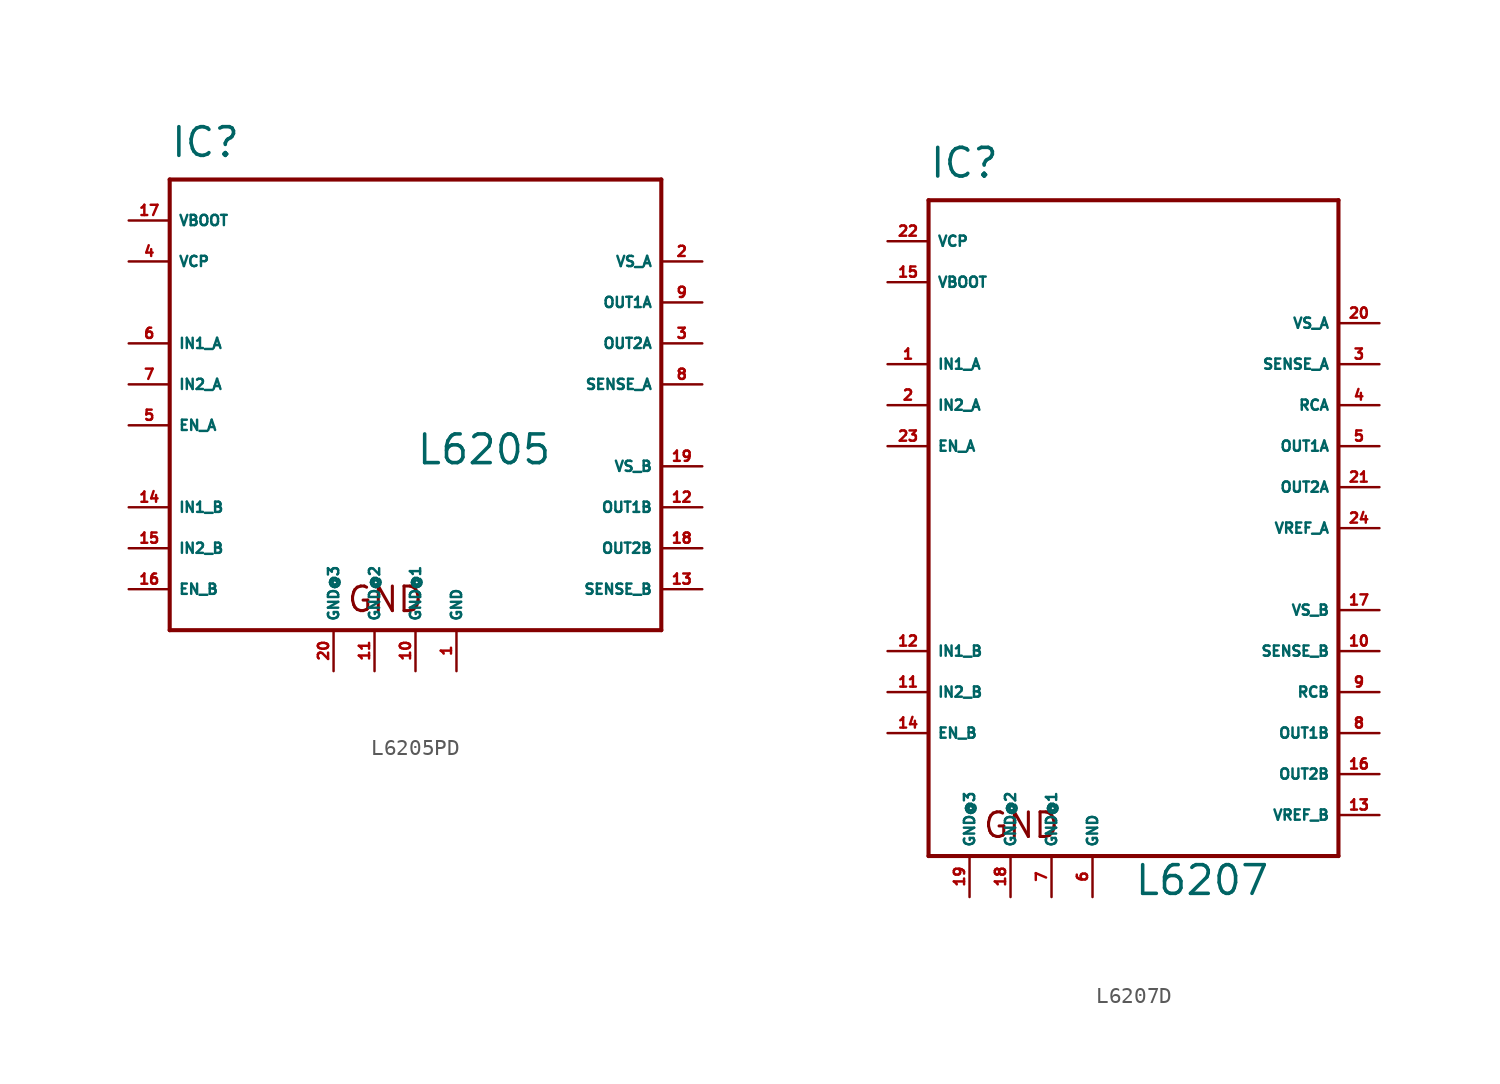
<source format=kicad_sym>
(kicad_symbol_lib
  (version 20220914)
  (generator Eagle2Kicad)
  (symbol "L6205PD"
    (property "Reference" "IC"
      (at -15.24 13.97 0)
      (effects (font (size 1.778 1.778) (thickness 0.22)) (justify left bottom)))
    (property "Value" "L6205"
      (at 0 -5.08 0)
      (effects (font (size 1.778 1.778) (thickness 0.22)) (justify left bottom)))
    (polyline
      (pts (xy -15.24 12.7) (xy 15.24 12.7))
      (stroke (width 0.254) (type default))
      (fill (type none)))
    (polyline
      (pts (xy 15.24 12.7) (xy 15.24 -15.24))
      (stroke (width 0.254) (type default))
      (fill (type none)))
    (polyline
      (pts (xy 15.24 -15.24) (xy -15.24 -15.24))
      (stroke (width 0.254) (type default))
      (fill (type none)))
    (polyline
      (pts (xy -15.24 -15.24) (xy -15.24 12.7))
      (stroke (width 0.254) (type default))
      (fill (type none)))
    (text "GND"
      (at -4.318 -14.224 0)
      (effects (font (size 1.524 1.524) (thickness 0.19)) (justify left bottom)))
    (pin output line
      (at 17.78 2.54 180)
      (length 2.54)
      (name "OUT2A" (effects (font (size 0.635 0.635) (thickness 0.08)) (justify left bottom)))
      (number "3" (effects (font (size 0.635 0.635) (thickness 0.08)) (justify left bottom))))
    (pin unspecified line
      (at -17.78 7.62 0)
      (length 2.54)
      (name "VCP" (effects (font (size 0.635 0.635) (thickness 0.08)) (justify left bottom)))
      (number "4" (effects (font (size 0.635 0.635) (thickness 0.08)) (justify left bottom))))
    (pin unspecified line
      (at 17.78 7.62 180)
      (length 2.54)
      (name "VS_A" (effects (font (size 0.635 0.635) (thickness 0.08)) (justify left bottom)))
      (number "2" (effects (font (size 0.635 0.635) (thickness 0.08)) (justify left bottom))))
    (pin unspecified line
      (at 2.54 -17.78 90)
      (length 2.54)
      (name "GND" (effects (font (size 0.635 0.635) (thickness 0.08)) (justify left bottom)))
      (number "1" (effects (font (size 0.635 0.635) (thickness 0.08)) (justify left bottom))))
    (pin input line
      (at -17.78 0 0)
      (length 2.54)
      (name "IN2_A" (effects (font (size 0.635 0.635) (thickness 0.08)) (justify left bottom)))
      (number "7" (effects (font (size 0.635 0.635) (thickness 0.08)) (justify left bottom))))
    (pin input line
      (at -17.78 -2.54 0)
      (length 2.54)
      (name "EN_A" (effects (font (size 0.635 0.635) (thickness 0.08)) (justify left bottom)))
      (number "5" (effects (font (size 0.635 0.635) (thickness 0.08)) (justify left bottom))))
    (pin input line
      (at -17.78 2.54 0)
      (length 2.54)
      (name "IN1_A" (effects (font (size 0.635 0.635) (thickness 0.08)) (justify left bottom)))
      (number "6" (effects (font (size 0.635 0.635) (thickness 0.08)) (justify left bottom))))
    (pin output line
      (at 17.78 5.08 180)
      (length 2.54)
      (name "OUT1A" (effects (font (size 0.635 0.635) (thickness 0.08)) (justify left bottom)))
      (number "9" (effects (font (size 0.635 0.635) (thickness 0.08)) (justify left bottom))))
    (pin input line
      (at 17.78 -12.7 180)
      (length 2.54)
      (name "SENSE_B" (effects (font (size 0.635 0.635) (thickness 0.08)) (justify left bottom)))
      (number "13" (effects (font (size 0.635 0.635) (thickness 0.08)) (justify left bottom))))
    (pin unspecified line
      (at 0 -17.78 90)
      (length 2.54)
      (name "GND@1" (effects (font (size 0.635 0.635) (thickness 0.08)) (justify left bottom)))
      (number "10" (effects (font (size 0.635 0.635) (thickness 0.08)) (justify left bottom))))
    (pin unspecified line
      (at -2.54 -17.78 90)
      (length 2.54)
      (name "GND@2" (effects (font (size 0.635 0.635) (thickness 0.08)) (justify left bottom)))
      (number "11" (effects (font (size 0.635 0.635) (thickness 0.08)) (justify left bottom))))
    (pin unspecified line
      (at -5.08 -17.78 90)
      (length 2.54)
      (name "GND@3" (effects (font (size 0.635 0.635) (thickness 0.08)) (justify left bottom)))
      (number "20" (effects (font (size 0.635 0.635) (thickness 0.08)) (justify left bottom))))
    (pin input line
      (at -17.78 -7.62 0)
      (length 2.54)
      (name "IN1_B" (effects (font (size 0.635 0.635) (thickness 0.08)) (justify left bottom)))
      (number "14" (effects (font (size 0.635 0.635) (thickness 0.08)) (justify left bottom))))
    (pin input line
      (at -17.78 -10.16 0)
      (length 2.54)
      (name "IN2_B" (effects (font (size 0.635 0.635) (thickness 0.08)) (justify left bottom)))
      (number "15" (effects (font (size 0.635 0.635) (thickness 0.08)) (justify left bottom))))
    (pin input line
      (at -17.78 -12.7 0)
      (length 2.54)
      (name "EN_B" (effects (font (size 0.635 0.635) (thickness 0.08)) (justify left bottom)))
      (number "16" (effects (font (size 0.635 0.635) (thickness 0.08)) (justify left bottom))))
    (pin output line
      (at 17.78 -7.62 180)
      (length 2.54)
      (name "OUT1B" (effects (font (size 0.635 0.635) (thickness 0.08)) (justify left bottom)))
      (number "12" (effects (font (size 0.635 0.635) (thickness 0.08)) (justify left bottom))))
    (pin output line
      (at 17.78 -10.16 180)
      (length 2.54)
      (name "OUT2B" (effects (font (size 0.635 0.635) (thickness 0.08)) (justify left bottom)))
      (number "18" (effects (font (size 0.635 0.635) (thickness 0.08)) (justify left bottom))))
    (pin unspecified line
      (at 17.78 -5.08 180)
      (length 2.54)
      (name "VS_B" (effects (font (size 0.635 0.635) (thickness 0.08)) (justify left bottom)))
      (number "19" (effects (font (size 0.635 0.635) (thickness 0.08)) (justify left bottom))))
    (pin input line
      (at 17.78 0 180)
      (length 2.54)
      (name "SENSE_A" (effects (font (size 0.635 0.635) (thickness 0.08)) (justify left bottom)))
      (number "8" (effects (font (size 0.635 0.635) (thickness 0.08)) (justify left bottom))))
    (pin unspecified line
      (at -17.78 10.16 0)
      (length 2.54)
      (name "VBOOT" (effects (font (size 0.635 0.635) (thickness 0.08)) (justify left bottom)))
      (number "17" (effects (font (size 0.635 0.635) (thickness 0.08)) (justify left bottom)))))
  (symbol "L6207D"
    (property "Reference" "IC"
      (at -12.7 21.59 0)
      (effects (font (size 1.778 1.778) (thickness 0.22)) (justify left bottom)))
    (property "Value" "L6207"
      (at 0 -22.86 0)
      (effects (font (size 1.778 1.778) (thickness 0.22)) (justify left bottom)))
    (polyline
      (pts (xy -12.7 20.32) (xy 12.7 20.32))
      (stroke (width 0.254) (type default))
      (fill (type none)))
    (polyline
      (pts (xy 12.7 20.32) (xy 12.7 -20.32))
      (stroke (width 0.254) (type default))
      (fill (type none)))
    (polyline
      (pts (xy 12.7 -20.32) (xy -12.7 -20.32))
      (stroke (width 0.254) (type default))
      (fill (type none)))
    (polyline
      (pts (xy -12.7 -20.32) (xy -12.7 20.32))
      (stroke (width 0.254) (type default))
      (fill (type none)))
    (text "GND"
      (at -9.398 -19.304 0)
      (effects (font (size 1.524 1.524) (thickness 0.19)) (justify left bottom)))
    (pin output line
      (at 15.24 2.54 180)
      (length 2.54)
      (name "OUT2A" (effects (font (size 0.635 0.635) (thickness 0.08)) (justify left bottom)))
      (number "21" (effects (font (size 0.635 0.635) (thickness 0.08)) (justify left bottom))))
    (pin unspecified line
      (at -15.24 17.78 0)
      (length 2.54)
      (name "VCP" (effects (font (size 0.635 0.635) (thickness 0.08)) (justify left bottom)))
      (number "22" (effects (font (size 0.635 0.635) (thickness 0.08)) (justify left bottom))))
    (pin unspecified line
      (at 15.24 12.7 180)
      (length 2.54)
      (name "VS_A" (effects (font (size 0.635 0.635) (thickness 0.08)) (justify left bottom)))
      (number "20" (effects (font (size 0.635 0.635) (thickness 0.08)) (justify left bottom))))
    (pin unspecified line
      (at -2.54 -22.86 90)
      (length 2.54)
      (name "GND" (effects (font (size 0.635 0.635) (thickness 0.08)) (justify left bottom)))
      (number "6" (effects (font (size 0.635 0.635) (thickness 0.08)) (justify left bottom))))
    (pin input line
      (at -15.24 7.62 0)
      (length 2.54)
      (name "IN2_A" (effects (font (size 0.635 0.635) (thickness 0.08)) (justify left bottom)))
      (number "2" (effects (font (size 0.635 0.635) (thickness 0.08)) (justify left bottom))))
    (pin input line
      (at -15.24 5.08 0)
      (length 2.54)
      (name "EN_A" (effects (font (size 0.635 0.635) (thickness 0.08)) (justify left bottom)))
      (number "23" (effects (font (size 0.635 0.635) (thickness 0.08)) (justify left bottom))))
    (pin input line
      (at -15.24 10.16 0)
      (length 2.54)
      (name "IN1_A" (effects (font (size 0.635 0.635) (thickness 0.08)) (justify left bottom)))
      (number "1" (effects (font (size 0.635 0.635) (thickness 0.08)) (justify left bottom))))
    (pin output line
      (at 15.24 5.08 180)
      (length 2.54)
      (name "OUT1A" (effects (font (size 0.635 0.635) (thickness 0.08)) (justify left bottom)))
      (number "5" (effects (font (size 0.635 0.635) (thickness 0.08)) (justify left bottom))))
    (pin input line
      (at 15.24 -7.62 180)
      (length 2.54)
      (name "SENSE_B" (effects (font (size 0.635 0.635) (thickness 0.08)) (justify left bottom)))
      (number "10" (effects (font (size 0.635 0.635) (thickness 0.08)) (justify left bottom))))
    (pin unspecified line
      (at -5.08 -22.86 90)
      (length 2.54)
      (name "GND@1" (effects (font (size 0.635 0.635) (thickness 0.08)) (justify left bottom)))
      (number "7" (effects (font (size 0.635 0.635) (thickness 0.08)) (justify left bottom))))
    (pin unspecified line
      (at -7.62 -22.86 90)
      (length 2.54)
      (name "GND@2" (effects (font (size 0.635 0.635) (thickness 0.08)) (justify left bottom)))
      (number "18" (effects (font (size 0.635 0.635) (thickness 0.08)) (justify left bottom))))
    (pin unspecified line
      (at -10.16 -22.86 90)
      (length 2.54)
      (name "GND@3" (effects (font (size 0.635 0.635) (thickness 0.08)) (justify left bottom)))
      (number "19" (effects (font (size 0.635 0.635) (thickness 0.08)) (justify left bottom))))
    (pin input line
      (at -15.24 -7.62 0)
      (length 2.54)
      (name "IN1_B" (effects (font (size 0.635 0.635) (thickness 0.08)) (justify left bottom)))
      (number "12" (effects (font (size 0.635 0.635) (thickness 0.08)) (justify left bottom))))
    (pin input line
      (at -15.24 -10.16 0)
      (length 2.54)
      (name "IN2_B" (effects (font (size 0.635 0.635) (thickness 0.08)) (justify left bottom)))
      (number "11" (effects (font (size 0.635 0.635) (thickness 0.08)) (justify left bottom))))
    (pin input line
      (at -15.24 -12.7 0)
      (length 2.54)
      (name "EN_B" (effects (font (size 0.635 0.635) (thickness 0.08)) (justify left bottom)))
      (number "14" (effects (font (size 0.635 0.635) (thickness 0.08)) (justify left bottom))))
    (pin output line
      (at 15.24 -12.7 180)
      (length 2.54)
      (name "OUT1B" (effects (font (size 0.635 0.635) (thickness 0.08)) (justify left bottom)))
      (number "8" (effects (font (size 0.635 0.635) (thickness 0.08)) (justify left bottom))))
    (pin output line
      (at 15.24 -15.24 180)
      (length 2.54)
      (name "OUT2B" (effects (font (size 0.635 0.635) (thickness 0.08)) (justify left bottom)))
      (number "16" (effects (font (size 0.635 0.635) (thickness 0.08)) (justify left bottom))))
    (pin unspecified line
      (at 15.24 -5.08 180)
      (length 2.54)
      (name "VS_B" (effects (font (size 0.635 0.635) (thickness 0.08)) (justify left bottom)))
      (number "17" (effects (font (size 0.635 0.635) (thickness 0.08)) (justify left bottom))))
    (pin input line
      (at 15.24 10.16 180)
      (length 2.54)
      (name "SENSE_A" (effects (font (size 0.635 0.635) (thickness 0.08)) (justify left bottom)))
      (number "3" (effects (font (size 0.635 0.635) (thickness 0.08)) (justify left bottom))))
    (pin unspecified line
      (at -15.24 15.24 0)
      (length 2.54)
      (name "VBOOT" (effects (font (size 0.635 0.635) (thickness 0.08)) (justify left bottom)))
      (number "15" (effects (font (size 0.635 0.635) (thickness 0.08)) (justify left bottom))))
    (pin input line
      (at 15.24 7.62 180)
      (length 2.54)
      (name "RCA" (effects (font (size 0.635 0.635) (thickness 0.08)) (justify left bottom)))
      (number "4" (effects (font (size 0.635 0.635) (thickness 0.08)) (justify left bottom))))
    (pin input line
      (at 15.24 -10.16 180)
      (length 2.54)
      (name "RCB" (effects (font (size 0.635 0.635) (thickness 0.08)) (justify left bottom)))
      (number "9" (effects (font (size 0.635 0.635) (thickness 0.08)) (justify left bottom))))
    (pin input line
      (at 15.24 0 180)
      (length 2.54)
      (name "VREF_A" (effects (font (size 0.635 0.635) (thickness 0.08)) (justify left bottom)))
      (number "24" (effects (font (size 0.635 0.635) (thickness 0.08)) (justify left bottom))))
    (pin input line
      (at 15.24 -17.78 180)
      (length 2.54)
      (name "VREF_B" (effects (font (size 0.635 0.635) (thickness 0.08)) (justify left bottom)))
      (number "13" (effects (font (size 0.635 0.635) (thickness 0.08)) (justify left bottom))))))
</source>
